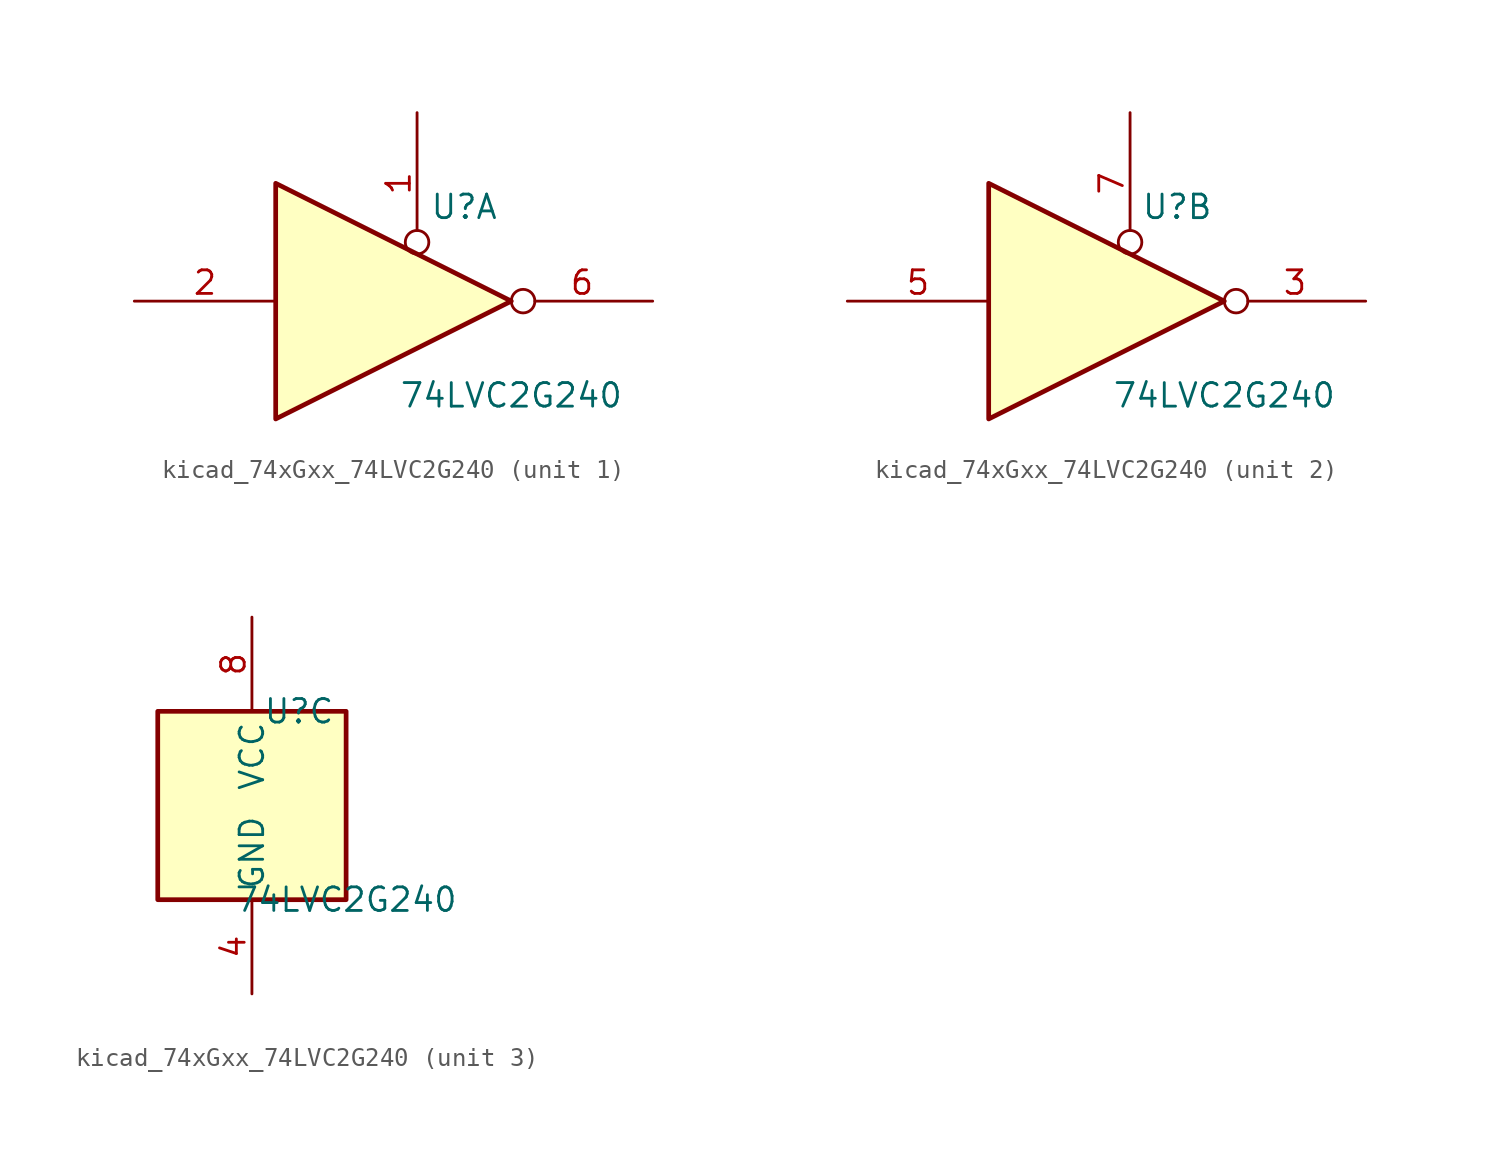
<source format=kicad_sym>
(kicad_symbol_lib
  (version 20220914)
  (generator kicad_symbol_editor)
  (symbol "kicad_74xGxx_74LVC2G240"
    (property "Reference" "U"
      (at 2.54 5.08 0)
      (effects (font (size 1.27 1.27))))
    (property "Value" "74LVC2G240"
      (at 5.08 -5.08 0)
      (effects (font (size 1.27 1.27))))
    (symbol "kicad_74xGxx_74LVC2G240_1_1"
      (polyline (pts (xy -7.62 6.35) (xy -7.62 -6.35) (xy 5.08 0) (xy -7.62 6.35)) (stroke (width 0.254) (type default)) (fill (type background)))
      (pin input inverted (at 0 10.16 270) (length 7.62) (name "~" (effects (font (size 1.27 1.27)))) (number "1" (effects (font (size 1.27 1.27)))))
      (pin input line (at -15.24 0 0) (length 7.62) (name "~" (effects (font (size 1.27 1.27)))) (number "2" (effects (font (size 1.27 1.27)))))
      (pin tri_state inverted (at 12.7 0 180) (length 7.62) (name "~" (effects (font (size 1.27 1.27)))) (number "6" (effects (font (size 1.27 1.27))))))
    (symbol "kicad_74xGxx_74LVC2G240_2_1"
      (polyline (pts (xy -7.62 6.35) (xy -7.62 -6.35) (xy 5.08 0) (xy -7.62 6.35)) (stroke (width 0.254) (type default)) (fill (type background)))
      (pin tri_state inverted (at 12.7 0 180) (length 7.62) (name "~" (effects (font (size 1.27 1.27)))) (number "3" (effects (font (size 1.27 1.27)))))
      (pin input line (at -15.24 0 0) (length 7.62) (name "~" (effects (font (size 1.27 1.27)))) (number "5" (effects (font (size 1.27 1.27)))))
      (pin input inverted (at 0 10.16 270) (length 7.62) (name "~" (effects (font (size 1.27 1.27)))) (number "7" (effects (font (size 1.27 1.27))))))
    (symbol "kicad_74xGxx_74LVC2G240_3_0"
      (rectangle (start -5.08 -5.08) (end 5.08 5.08) (stroke (width 0.254) (type default)) (fill (type background))))
    (symbol "kicad_74xGxx_74LVC2G240_3_1"
      (pin power_in line (at 0 -10.16 90) (length 5.08) (name "GND" (effects (font (size 1.27 1.27)))) (number "4" (effects (font (size 1.27 1.27)))))
      (pin power_in line (at 0 10.16 270) (length 5.08) (name "VCC" (effects (font (size 1.27 1.27)))) (number "8" (effects (font (size 1.27 1.27))))))))
</source>
